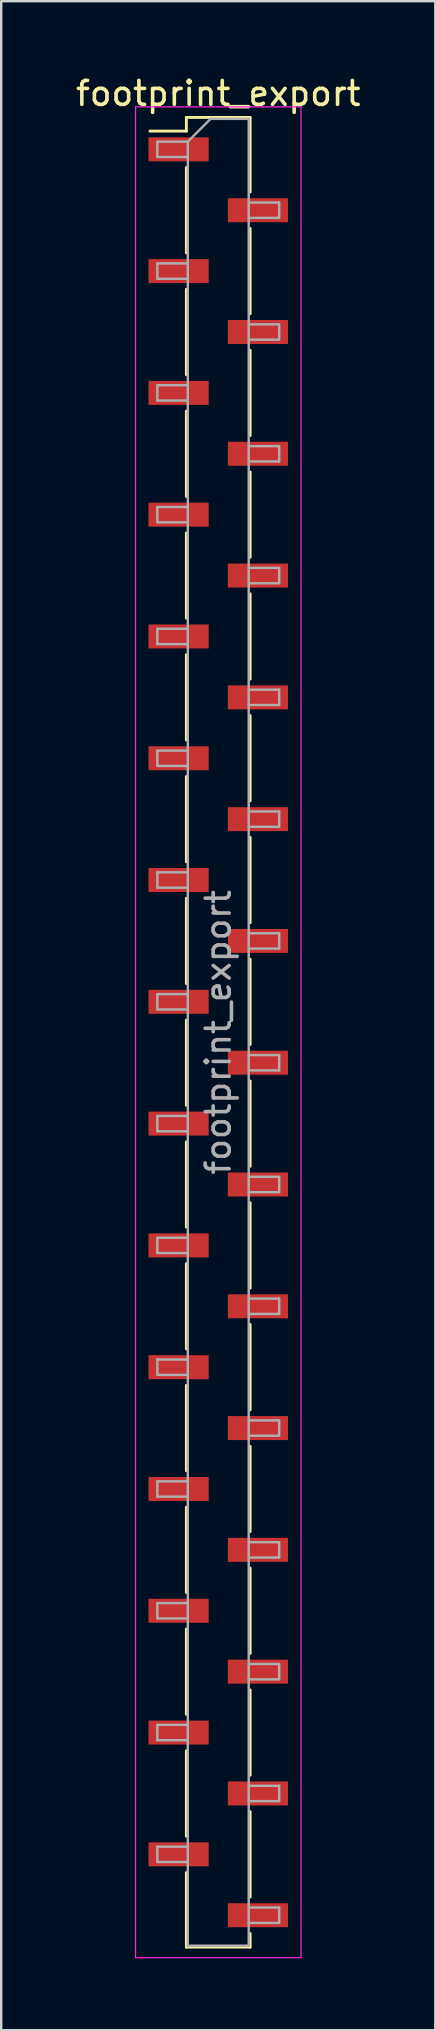
<source format=kicad_pcb>
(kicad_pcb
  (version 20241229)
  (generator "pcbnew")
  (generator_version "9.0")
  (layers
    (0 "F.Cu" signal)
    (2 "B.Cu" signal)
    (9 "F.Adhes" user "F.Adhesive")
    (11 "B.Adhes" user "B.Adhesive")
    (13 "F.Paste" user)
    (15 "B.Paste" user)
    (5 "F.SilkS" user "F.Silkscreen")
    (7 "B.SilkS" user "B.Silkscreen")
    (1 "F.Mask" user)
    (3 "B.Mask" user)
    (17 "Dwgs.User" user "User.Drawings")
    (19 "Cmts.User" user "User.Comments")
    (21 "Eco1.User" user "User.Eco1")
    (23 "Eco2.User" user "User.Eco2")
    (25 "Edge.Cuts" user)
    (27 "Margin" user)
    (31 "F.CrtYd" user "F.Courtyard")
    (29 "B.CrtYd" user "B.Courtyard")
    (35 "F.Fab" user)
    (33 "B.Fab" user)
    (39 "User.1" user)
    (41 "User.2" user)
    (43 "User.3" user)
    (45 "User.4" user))
  (footprint "footprint_export"
    (layer "F.Cu")
    (at 6.054 40.008)
    (property "Reference" "footprint_export" (at 0 -39.16 0) (layer "F.SilkS") (effects (font (size 1 1) (thickness 0.15))))
    (attr smd)
    (fp_line (start -1.33 -38.16) (end -1.33 -37.59) (stroke (width 0.12) (type solid)) (layer "F.SilkS"))
    (fp_line (start -1.33 -38.16) (end 1.33 -38.16) (stroke (width 0.12) (type solid)) (layer "F.SilkS"))
    (fp_line (start -1.33 -37.59) (end -2.85 -37.59) (stroke (width 0.12) (type solid)) (layer "F.SilkS"))
    (fp_line (start -1.33 -36.07) (end -1.33 -32.51) (stroke (width 0.12) (type solid)) (layer "F.SilkS"))
    (fp_line (start -1.33 -30.99) (end -1.33 -27.43) (stroke (width 0.12) (type solid)) (layer "F.SilkS"))
    (fp_line (start -1.33 -25.91) (end -1.33 -22.35) (stroke (width 0.12) (type solid)) (layer "F.SilkS"))
    (fp_line (start -1.33 -20.83) (end -1.33 -17.27) (stroke (width 0.12) (type solid)) (layer "F.SilkS"))
    (fp_line (start -1.33 -15.75) (end -1.33 -12.19) (stroke (width 0.12) (type solid)) (layer "F.SilkS"))
    (fp_line (start -1.33 -10.67) (end -1.33 -7.11) (stroke (width 0.12) (type solid)) (layer "F.SilkS"))
    (fp_line (start -1.33 -5.59) (end -1.33 -2.03) (stroke (width 0.12) (type solid)) (layer "F.SilkS"))
    (fp_line (start -1.33 -0.51) (end -1.33 3.05) (stroke (width 0.12) (type solid)) (layer "F.SilkS"))
    (fp_line (start -1.33 4.57) (end -1.33 8.13) (stroke (width 0.12) (type solid)) (layer "F.SilkS"))
    (fp_line (start -1.33 9.65) (end -1.33 13.21) (stroke (width 0.12) (type solid)) (layer "F.SilkS"))
    (fp_line (start -1.33 14.73) (end -1.33 18.29) (stroke (width 0.12) (type solid)) (layer "F.SilkS"))
    (fp_line (start -1.33 19.81) (end -1.33 23.37) (stroke (width 0.12) (type solid)) (layer "F.SilkS"))
    (fp_line (start -1.33 24.89) (end -1.33 28.45) (stroke (width 0.12) (type solid)) (layer "F.SilkS"))
    (fp_line (start -1.33 29.97) (end -1.33 33.53) (stroke (width 0.12) (type solid)) (layer "F.SilkS"))
    (fp_line (start -1.33 35.05) (end -1.33 38.16) (stroke (width 0.12) (type solid)) (layer "F.SilkS"))
    (fp_line (start -1.33 38.16) (end 1.33 38.16) (stroke (width 0.12) (type solid)) (layer "F.SilkS"))
    (fp_line (start 1.33 -38.16) (end 1.33 -35.05) (stroke (width 0.12) (type solid)) (layer "F.SilkS"))
    (fp_line (start 1.33 -33.53) (end 1.33 -29.97) (stroke (width 0.12) (type solid)) (layer "F.SilkS"))
    (fp_line (start 1.33 -28.45) (end 1.33 -24.89) (stroke (width 0.12) (type solid)) (layer "F.SilkS"))
    (fp_line (start 1.33 -23.37) (end 1.33 -19.81) (stroke (width 0.12) (type solid)) (layer "F.SilkS"))
    (fp_line (start 1.33 -18.29) (end 1.33 -14.73) (stroke (width 0.12) (type solid)) (layer "F.SilkS"))
    (fp_line (start 1.33 -13.21) (end 1.33 -9.65) (stroke (width 0.12) (type solid)) (layer "F.SilkS"))
    (fp_line (start 1.33 -8.13) (end 1.33 -4.57) (stroke (width 0.12) (type solid)) (layer "F.SilkS"))
    (fp_line (start 1.33 -3.05) (end 1.33 0.51) (stroke (width 0.12) (type solid)) (layer "F.SilkS"))
    (fp_line (start 1.33 2.03) (end 1.33 5.59) (stroke (width 0.12) (type solid)) (layer "F.SilkS"))
    (fp_line (start 1.33 7.11) (end 1.33 10.67) (stroke (width 0.12) (type solid)) (layer "F.SilkS"))
    (fp_line (start 1.33 12.19) (end 1.33 15.75) (stroke (width 0.12) (type solid)) (layer "F.SilkS"))
    (fp_line (start 1.33 17.27) (end 1.33 20.83) (stroke (width 0.12) (type solid)) (layer "F.SilkS"))
    (fp_line (start 1.33 22.35) (end 1.33 25.91) (stroke (width 0.12) (type solid)) (layer "F.SilkS"))
    (fp_line (start 1.33 27.43) (end 1.33 30.99) (stroke (width 0.12) (type solid)) (layer "F.SilkS"))
    (fp_line (start 1.33 32.51) (end 1.33 36.07) (stroke (width 0.12) (type solid)) (layer "F.SilkS"))
    (fp_line (start 1.33 37.59) (end 1.33 38.16) (stroke (width 0.12) (type solid)) (layer "F.SilkS"))
    (fp_line (start -3.45 -38.6) (end -3.45 38.6) (stroke (width 0.05) (type solid)) (layer "F.CrtYd"))
    (fp_line (start -3.45 38.6) (end 3.45 38.6) (stroke (width 0.05) (type solid)) (layer "F.CrtYd"))
    (fp_line (start 3.45 -38.6) (end -3.45 -38.6) (stroke (width 0.05) (type solid)) (layer "F.CrtYd"))
    (fp_line (start 3.45 38.6) (end 3.45 -38.6) (stroke (width 0.05) (type solid)) (layer "F.CrtYd"))
    (fp_line (start -2.54 -37.15) (end -2.54 -36.51) (stroke (width 0.1) (type solid)) (layer "F.Fab"))
    (fp_line (start -2.54 -36.51) (end -1.27 -36.51) (stroke (width 0.1) (type solid)) (layer "F.Fab"))
    (fp_line (start -2.54 -32.07) (end -2.54 -31.43) (stroke (width 0.1) (type solid)) (layer "F.Fab"))
    (fp_line (start -2.54 -31.43) (end -1.27 -31.43) (stroke (width 0.1) (type solid)) (layer "F.Fab"))
    (fp_line (start -2.54 -26.99) (end -2.54 -26.35) (stroke (width 0.1) (type solid)) (layer "F.Fab"))
    (fp_line (start -2.54 -26.35) (end -1.27 -26.35) (stroke (width 0.1) (type solid)) (layer "F.Fab"))
    (fp_line (start -2.54 -21.91) (end -2.54 -21.27) (stroke (width 0.1) (type solid)) (layer "F.Fab"))
    (fp_line (start -2.54 -21.27) (end -1.27 -21.27) (stroke (width 0.1) (type solid)) (layer "F.Fab"))
    (fp_line (start -2.54 -16.83) (end -2.54 -16.19) (stroke (width 0.1) (type solid)) (layer "F.Fab"))
    (fp_line (start -2.54 -16.19) (end -1.27 -16.19) (stroke (width 0.1) (type solid)) (layer "F.Fab"))
    (fp_line (start -2.54 -11.75) (end -2.54 -11.11) (stroke (width 0.1) (type solid)) (layer "F.Fab"))
    (fp_line (start -2.54 -11.11) (end -1.27 -11.11) (stroke (width 0.1) (type solid)) (layer "F.Fab"))
    (fp_line (start -2.54 -6.67) (end -2.54 -6.03) (stroke (width 0.1) (type solid)) (layer "F.Fab"))
    (fp_line (start -2.54 -6.03) (end -1.27 -6.03) (stroke (width 0.1) (type solid)) (layer "F.Fab"))
    (fp_line (start -2.54 -1.59) (end -2.54 -0.95) (stroke (width 0.1) (type solid)) (layer "F.Fab"))
    (fp_line (start -2.54 -0.95) (end -1.27 -0.95) (stroke (width 0.1) (type solid)) (layer "F.Fab"))
    (fp_line (start -2.54 3.49) (end -2.54 4.13) (stroke (width 0.1) (type solid)) (layer "F.Fab"))
    (fp_line (start -2.54 4.13) (end -1.27 4.13) (stroke (width 0.1) (type solid)) (layer "F.Fab"))
    (fp_line (start -2.54 8.57) (end -2.54 9.21) (stroke (width 0.1) (type solid)) (layer "F.Fab"))
    (fp_line (start -2.54 9.21) (end -1.27 9.21) (stroke (width 0.1) (type solid)) (layer "F.Fab"))
    (fp_line (start -2.54 13.65) (end -2.54 14.29) (stroke (width 0.1) (type solid)) (layer "F.Fab"))
    (fp_line (start -2.54 14.29) (end -1.27 14.29) (stroke (width 0.1) (type solid)) (layer "F.Fab"))
    (fp_line (start -2.54 18.73) (end -2.54 19.37) (stroke (width 0.1) (type solid)) (layer "F.Fab"))
    (fp_line (start -2.54 19.37) (end -1.27 19.37) (stroke (width 0.1) (type solid)) (layer "F.Fab"))
    (fp_line (start -2.54 23.81) (end -2.54 24.45) (stroke (width 0.1) (type solid)) (layer "F.Fab"))
    (fp_line (start -2.54 24.45) (end -1.27 24.45) (stroke (width 0.1) (type solid)) (layer "F.Fab"))
    (fp_line (start -2.54 28.89) (end -2.54 29.53) (stroke (width 0.1) (type solid)) (layer "F.Fab"))
    (fp_line (start -2.54 29.53) (end -1.27 29.53) (stroke (width 0.1) (type solid)) (layer "F.Fab"))
    (fp_line (start -2.54 33.97) (end -2.54 34.61) (stroke (width 0.1) (type solid)) (layer "F.Fab"))
    (fp_line (start -2.54 34.61) (end -1.27 34.61) (stroke (width 0.1) (type solid)) (layer "F.Fab"))
    (fp_line (start -1.27 -37.15) (end -2.54 -37.15) (stroke (width 0.1) (type solid)) (layer "F.Fab"))
    (fp_line (start -1.27 -37.15) (end -0.32 -38.1) (stroke (width 0.1) (type solid)) (layer "F.Fab"))
    (fp_line (start -1.27 -32.07) (end -2.54 -32.07) (stroke (width 0.1) (type solid)) (layer "F.Fab"))
    (fp_line (start -1.27 -26.99) (end -2.54 -26.99) (stroke (width 0.1) (type solid)) (layer "F.Fab"))
    (fp_line (start -1.27 -21.91) (end -2.54 -21.91) (stroke (width 0.1) (type solid)) (layer "F.Fab"))
    (fp_line (start -1.27 -16.83) (end -2.54 -16.83) (stroke (width 0.1) (type solid)) (layer "F.Fab"))
    (fp_line (start -1.27 -11.75) (end -2.54 -11.75) (stroke (width 0.1) (type solid)) (layer "F.Fab"))
    (fp_line (start -1.27 -6.67) (end -2.54 -6.67) (stroke (width 0.1) (type solid)) (layer "F.Fab"))
    (fp_line (start -1.27 -1.59) (end -2.54 -1.59) (stroke (width 0.1) (type solid)) (layer "F.Fab"))
    (fp_line (start -1.27 3.49) (end -2.54 3.49) (stroke (width 0.1) (type solid)) (layer "F.Fab"))
    (fp_line (start -1.27 8.57) (end -2.54 8.57) (stroke (width 0.1) (type solid)) (layer "F.Fab"))
    (fp_line (start -1.27 13.65) (end -2.54 13.65) (stroke (width 0.1) (type solid)) (layer "F.Fab"))
    (fp_line (start -1.27 18.73) (end -2.54 18.73) (stroke (width 0.1) (type solid)) (layer "F.Fab"))
    (fp_line (start -1.27 23.81) (end -2.54 23.81) (stroke (width 0.1) (type solid)) (layer "F.Fab"))
    (fp_line (start -1.27 28.89) (end -2.54 28.89) (stroke (width 0.1) (type solid)) (layer "F.Fab"))
    (fp_line (start -1.27 33.97) (end -2.54 33.97) (stroke (width 0.1) (type solid)) (layer "F.Fab"))
    (fp_line (start -1.27 38.1) (end -1.27 -37.15) (stroke (width 0.1) (type solid)) (layer "F.Fab"))
    (fp_line (start -0.32 -38.1) (end 1.27 -38.1) (stroke (width 0.1) (type solid)) (layer "F.Fab"))
    (fp_line (start 1.27 -38.1) (end 1.27 38.1) (stroke (width 0.1) (type solid)) (layer "F.Fab"))
    (fp_line (start 1.27 -34.61) (end 2.54 -34.61) (stroke (width 0.1) (type solid)) (layer "F.Fab"))
    (fp_line (start 1.27 -29.53) (end 2.54 -29.53) (stroke (width 0.1) (type solid)) (layer "F.Fab"))
    (fp_line (start 1.27 -24.45) (end 2.54 -24.45) (stroke (width 0.1) (type solid)) (layer "F.Fab"))
    (fp_line (start 1.27 -19.37) (end 2.54 -19.37) (stroke (width 0.1) (type solid)) (layer "F.Fab"))
    (fp_line (start 1.27 -14.29) (end 2.54 -14.29) (stroke (width 0.1) (type solid)) (layer "F.Fab"))
    (fp_line (start 1.27 -9.21) (end 2.54 -9.21) (stroke (width 0.1) (type solid)) (layer "F.Fab"))
    (fp_line (start 1.27 -4.13) (end 2.54 -4.13) (stroke (width 0.1) (type solid)) (layer "F.Fab"))
    (fp_line (start 1.27 0.95) (end 2.54 0.95) (stroke (width 0.1) (type solid)) (layer "F.Fab"))
    (fp_line (start 1.27 6.03) (end 2.54 6.03) (stroke (width 0.1) (type solid)) (layer "F.Fab"))
    (fp_line (start 1.27 11.11) (end 2.54 11.11) (stroke (width 0.1) (type solid)) (layer "F.Fab"))
    (fp_line (start 1.27 16.19) (end 2.54 16.19) (stroke (width 0.1) (type solid)) (layer "F.Fab"))
    (fp_line (start 1.27 21.27) (end 2.54 21.27) (stroke (width 0.1) (type solid)) (layer "F.Fab"))
    (fp_line (start 1.27 26.35) (end 2.54 26.35) (stroke (width 0.1) (type solid)) (layer "F.Fab"))
    (fp_line (start 1.27 31.43) (end 2.54 31.43) (stroke (width 0.1) (type solid)) (layer "F.Fab"))
    (fp_line (start 1.27 36.51) (end 2.54 36.51) (stroke (width 0.1) (type solid)) (layer "F.Fab"))
    (fp_line (start 1.27 38.1) (end -1.27 38.1) (stroke (width 0.1) (type solid)) (layer "F.Fab"))
    (fp_line (start 2.54 -34.61) (end 2.54 -33.97) (stroke (width 0.1) (type solid)) (layer "F.Fab"))
    (fp_line (start 2.54 -33.97) (end 1.27 -33.97) (stroke (width 0.1) (type solid)) (layer "F.Fab"))
    (fp_line (start 2.54 -29.53) (end 2.54 -28.89) (stroke (width 0.1) (type solid)) (layer "F.Fab"))
    (fp_line (start 2.54 -28.89) (end 1.27 -28.89) (stroke (width 0.1) (type solid)) (layer "F.Fab"))
    (fp_line (start 2.54 -24.45) (end 2.54 -23.81) (stroke (width 0.1) (type solid)) (layer "F.Fab"))
    (fp_line (start 2.54 -23.81) (end 1.27 -23.81) (stroke (width 0.1) (type solid)) (layer "F.Fab"))
    (fp_line (start 2.54 -19.37) (end 2.54 -18.73) (stroke (width 0.1) (type solid)) (layer "F.Fab"))
    (fp_line (start 2.54 -18.73) (end 1.27 -18.73) (stroke (width 0.1) (type solid)) (layer "F.Fab"))
    (fp_line (start 2.54 -14.29) (end 2.54 -13.65) (stroke (width 0.1) (type solid)) (layer "F.Fab"))
    (fp_line (start 2.54 -13.65) (end 1.27 -13.65) (stroke (width 0.1) (type solid)) (layer "F.Fab"))
    (fp_line (start 2.54 -9.21) (end 2.54 -8.57) (stroke (width 0.1) (type solid)) (layer "F.Fab"))
    (fp_line (start 2.54 -8.57) (end 1.27 -8.57) (stroke (width 0.1) (type solid)) (layer "F.Fab"))
    (fp_line (start 2.54 -4.13) (end 2.54 -3.49) (stroke (width 0.1) (type solid)) (layer "F.Fab"))
    (fp_line (start 2.54 -3.49) (end 1.27 -3.49) (stroke (width 0.1) (type solid)) (layer "F.Fab"))
    (fp_line (start 2.54 0.95) (end 2.54 1.59) (stroke (width 0.1) (type solid)) (layer "F.Fab"))
    (fp_line (start 2.54 1.59) (end 1.27 1.59) (stroke (width 0.1) (type solid)) (layer "F.Fab"))
    (fp_line (start 2.54 6.03) (end 2.54 6.67) (stroke (width 0.1) (type solid)) (layer "F.Fab"))
    (fp_line (start 2.54 6.67) (end 1.27 6.67) (stroke (width 0.1) (type solid)) (layer "F.Fab"))
    (fp_line (start 2.54 11.11) (end 2.54 11.75) (stroke (width 0.1) (type solid)) (layer "F.Fab"))
    (fp_line (start 2.54 11.75) (end 1.27 11.75) (stroke (width 0.1) (type solid)) (layer "F.Fab"))
    (fp_line (start 2.54 16.19) (end 2.54 16.83) (stroke (width 0.1) (type solid)) (layer "F.Fab"))
    (fp_line (start 2.54 16.83) (end 1.27 16.83) (stroke (width 0.1) (type solid)) (layer "F.Fab"))
    (fp_line (start 2.54 21.27) (end 2.54 21.91) (stroke (width 0.1) (type solid)) (layer "F.Fab"))
    (fp_line (start 2.54 21.91) (end 1.27 21.91) (stroke (width 0.1) (type solid)) (layer "F.Fab"))
    (fp_line (start 2.54 26.35) (end 2.54 26.99) (stroke (width 0.1) (type solid)) (layer "F.Fab"))
    (fp_line (start 2.54 26.99) (end 1.27 26.99) (stroke (width 0.1) (type solid)) (layer "F.Fab"))
    (fp_line (start 2.54 31.43) (end 2.54 32.07) (stroke (width 0.1) (type solid)) (layer "F.Fab"))
    (fp_line (start 2.54 32.07) (end 1.27 32.07) (stroke (width 0.1) (type solid)) (layer "F.Fab"))
    (fp_line (start 2.54 36.51) (end 2.54 37.15) (stroke (width 0.1) (type solid)) (layer "F.Fab"))
    (fp_line (start 2.54 37.15) (end 1.27 37.15) (stroke (width 0.1) (type solid)) (layer "F.Fab"))
    (fp_text user "${REFERENCE}" (at 0 0 90) (layer "F.Fab") (effects (font (size 1 1) (thickness 0.15))))
    (pad "1" smd rect (at -1.655 -36.83) (size 2.51 1) (layers "F.Cu" "F.Mask" "F.Paste"))
    (pad "2" smd rect (at 1.655 -34.29) (size 2.51 1) (layers "F.Cu" "F.Mask" "F.Paste"))
    (pad "3" smd rect (at -1.655 -31.75) (size 2.51 1) (layers "F.Cu" "F.Mask" "F.Paste"))
    (pad "4" smd rect (at 1.655 -29.21) (size 2.51 1) (layers "F.Cu" "F.Mask" "F.Paste"))
    (pad "5" smd rect (at -1.655 -26.67) (size 2.51 1) (layers "F.Cu" "F.Mask" "F.Paste"))
    (pad "6" smd rect (at 1.655 -24.13) (size 2.51 1) (layers "F.Cu" "F.Mask" "F.Paste"))
    (pad "7" smd rect (at -1.655 -21.59) (size 2.51 1) (layers "F.Cu" "F.Mask" "F.Paste"))
    (pad "8" smd rect (at 1.655 -19.05) (size 2.51 1) (layers "F.Cu" "F.Mask" "F.Paste"))
    (pad "9" smd rect (at -1.655 -16.51) (size 2.51 1) (layers "F.Cu" "F.Mask" "F.Paste"))
    (pad "10" smd rect (at 1.655 -13.97) (size 2.51 1) (layers "F.Cu" "F.Mask" "F.Paste"))
    (pad "11" smd rect (at -1.655 -11.43) (size 2.51 1) (layers "F.Cu" "F.Mask" "F.Paste"))
    (pad "12" smd rect (at 1.655 -8.89) (size 2.51 1) (layers "F.Cu" "F.Mask" "F.Paste"))
    (pad "13" smd rect (at -1.655 -6.35) (size 2.51 1) (layers "F.Cu" "F.Mask" "F.Paste"))
    (pad "14" smd rect (at 1.655 -3.81) (size 2.51 1) (layers "F.Cu" "F.Mask" "F.Paste"))
    (pad "15" smd rect (at -1.655 -1.27) (size 2.51 1) (layers "F.Cu" "F.Mask" "F.Paste"))
    (pad "16" smd rect (at 1.655 1.27) (size 2.51 1) (layers "F.Cu" "F.Mask" "F.Paste"))
    (pad "17" smd rect (at -1.655 3.81) (size 2.51 1) (layers "F.Cu" "F.Mask" "F.Paste"))
    (pad "18" smd rect (at 1.655 6.35) (size 2.51 1) (layers "F.Cu" "F.Mask" "F.Paste"))
    (pad "19" smd rect (at -1.655 8.89) (size 2.51 1) (layers "F.Cu" "F.Mask" "F.Paste"))
    (pad "20" smd rect (at 1.655 11.43) (size 2.51 1) (layers "F.Cu" "F.Mask" "F.Paste"))
    (pad "21" smd rect (at -1.655 13.97) (size 2.51 1) (layers "F.Cu" "F.Mask" "F.Paste"))
    (pad "22" smd rect (at 1.655 16.51) (size 2.51 1) (layers "F.Cu" "F.Mask" "F.Paste"))
    (pad "23" smd rect (at -1.655 19.05) (size 2.51 1) (layers "F.Cu" "F.Mask" "F.Paste"))
    (pad "24" smd rect (at 1.655 21.59) (size 2.51 1) (layers "F.Cu" "F.Mask" "F.Paste"))
    (pad "25" smd rect (at -1.655 24.13) (size 2.51 1) (layers "F.Cu" "F.Mask" "F.Paste"))
    (pad "26" smd rect (at 1.655 26.67) (size 2.51 1) (layers "F.Cu" "F.Mask" "F.Paste"))
    (pad "27" smd rect (at -1.655 29.21) (size 2.51 1) (layers "F.Cu" "F.Mask" "F.Paste"))
    (pad "28" smd rect (at 1.655 31.75) (size 2.51 1) (layers "F.Cu" "F.Mask" "F.Paste"))
    (pad "29" smd rect (at -1.655 34.29) (size 2.51 1) (layers "F.Cu" "F.Mask" "F.Paste"))
    (pad "30" smd rect (at 1.655 36.83) (size 2.51 1) (layers "F.Cu" "F.Mask" "F.Paste")))
  (gr_rect
    (start -3 -3)
    (end 15.107 81.633)
    (stroke (width 0.1) (type default))
    (fill no)
    (layer "Edge.Cuts")))
</source>
